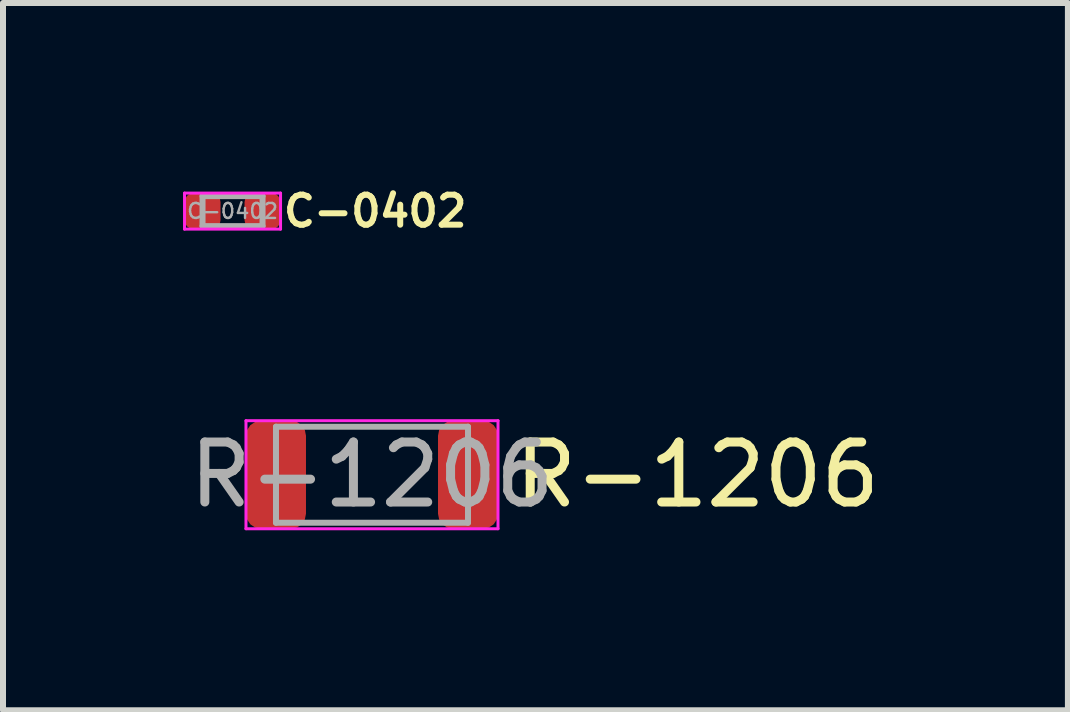
<source format=kicad_pcb>
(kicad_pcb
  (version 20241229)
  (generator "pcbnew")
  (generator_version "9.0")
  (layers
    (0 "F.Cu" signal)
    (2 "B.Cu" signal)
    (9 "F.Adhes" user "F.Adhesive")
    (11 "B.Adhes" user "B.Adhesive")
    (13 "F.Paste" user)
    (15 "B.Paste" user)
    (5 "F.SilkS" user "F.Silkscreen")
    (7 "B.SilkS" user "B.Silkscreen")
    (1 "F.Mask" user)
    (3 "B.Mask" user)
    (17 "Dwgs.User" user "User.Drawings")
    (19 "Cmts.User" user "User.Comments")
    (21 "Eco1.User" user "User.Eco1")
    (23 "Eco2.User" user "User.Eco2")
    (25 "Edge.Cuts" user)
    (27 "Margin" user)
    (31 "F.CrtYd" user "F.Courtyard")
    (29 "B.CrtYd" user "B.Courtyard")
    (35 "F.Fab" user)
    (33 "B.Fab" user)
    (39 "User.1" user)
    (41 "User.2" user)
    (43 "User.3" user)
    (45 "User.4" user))
  (footprint "C-0402"
    (layer "F.Cu")
    (at 0.825 0.468)
    (property "Reference" "C-0402" (at 0.8 0 0) (layer "F.SilkS") (effects (font (size 0.5 0.5) (thickness 0.1)) (justify left)))
    (attr smd)
    (fp_line (start -0.8 -0.3) (end 0.8 -0.3) (stroke (width 0.05) (type solid)) (layer "F.CrtYd"))
    (fp_line (start -0.8 0.3) (end -0.8 -0.3) (stroke (width 0.05) (type solid)) (layer "F.CrtYd"))
    (fp_line (start 0.8 -0.3) (end 0.8 0.3) (stroke (width 0.05) (type solid)) (layer "F.CrtYd"))
    (fp_line (start 0.8 0.3) (end -0.8 0.3) (stroke (width 0.05) (type solid)) (layer "F.CrtYd"))
    (fp_line (start -0.5 -0.25) (end 0.5 -0.25) (stroke (width 0.1) (type solid)) (layer "F.Fab"))
    (fp_line (start -0.5 0.25) (end -0.5 -0.25) (stroke (width 0.1) (type solid)) (layer "F.Fab"))
    (fp_line (start 0.5 -0.25) (end 0.5 0.25) (stroke (width 0.1) (type solid)) (layer "F.Fab"))
    (fp_line (start 0.5 0.25) (end -0.5 0.25) (stroke (width 0.1) (type solid)) (layer "F.Fab"))
    (fp_text user "${REFERENCE}" (at 0 0 0) (layer "F.Fab") (effects (font (size 0.25 0.25) (thickness 0.04))))
    (pad "1" smd roundrect (at -0.5 0) (size 0.6 0.6) (layers "F.Cu" "F.Mask" "F.Paste") (roundrect_rratio 0.25))
    (pad "2" smd roundrect (at 0.5 0) (size 0.6 0.6) (layers "F.Cu" "F.Mask" "F.Paste") (roundrect_rratio 0.25)))
  (footprint "R-1206"
    (layer "F.Cu")
    (at 3.149 4.861)
    (property "Reference" "R-1206" (at 2.3 0 0) (layer "F.SilkS") (effects (font (size 1 1) (thickness 0.15)) (justify left)))
    (attr smd)
    (fp_line (start -2.1 -0.9) (end 2.1 -0.9) (stroke (width 0.05) (type solid)) (layer "F.CrtYd"))
    (fp_line (start -2.1 0.9) (end -2.1 -0.9) (stroke (width 0.05) (type solid)) (layer "F.CrtYd"))
    (fp_line (start 2.1 -0.9) (end 2.1 0.9) (stroke (width 0.05) (type solid)) (layer "F.CrtYd"))
    (fp_line (start 2.1 0.9) (end -2.1 0.9) (stroke (width 0.05) (type solid)) (layer "F.CrtYd"))
    (fp_line (start -1.6 -0.8) (end 1.6 -0.8) (stroke (width 0.1) (type solid)) (layer "F.Fab"))
    (fp_line (start -1.6 0.8) (end -1.6 -0.8) (stroke (width 0.1) (type solid)) (layer "F.Fab"))
    (fp_line (start 1.6 -0.8) (end 1.6 0.8) (stroke (width 0.1) (type solid)) (layer "F.Fab"))
    (fp_line (start 1.6 0.8) (end -1.6 0.8) (stroke (width 0.1) (type solid)) (layer "F.Fab"))
    (fp_text user "${REFERENCE}" (at 0 0 0) (layer "F.Fab") (effects (font (size 1 1) (thickness 0.15))))
    (pad "1" smd roundrect (at -1.6 0) (size 1 1.8) (layers "F.Cu" "F.Mask" "F.Paste") (roundrect_rratio 0.25))
    (pad "2" smd roundrect (at 1.6 0) (size 1 1.8) (layers "F.Cu" "F.Mask" "F.Paste") (roundrect_rratio 0.25)))
  (gr_rect
    (start -3 -3)
    (end 14.746 8.786)
    (stroke (width 0.1) (type default))
    (fill no)
    (layer "Edge.Cuts")))
</source>
